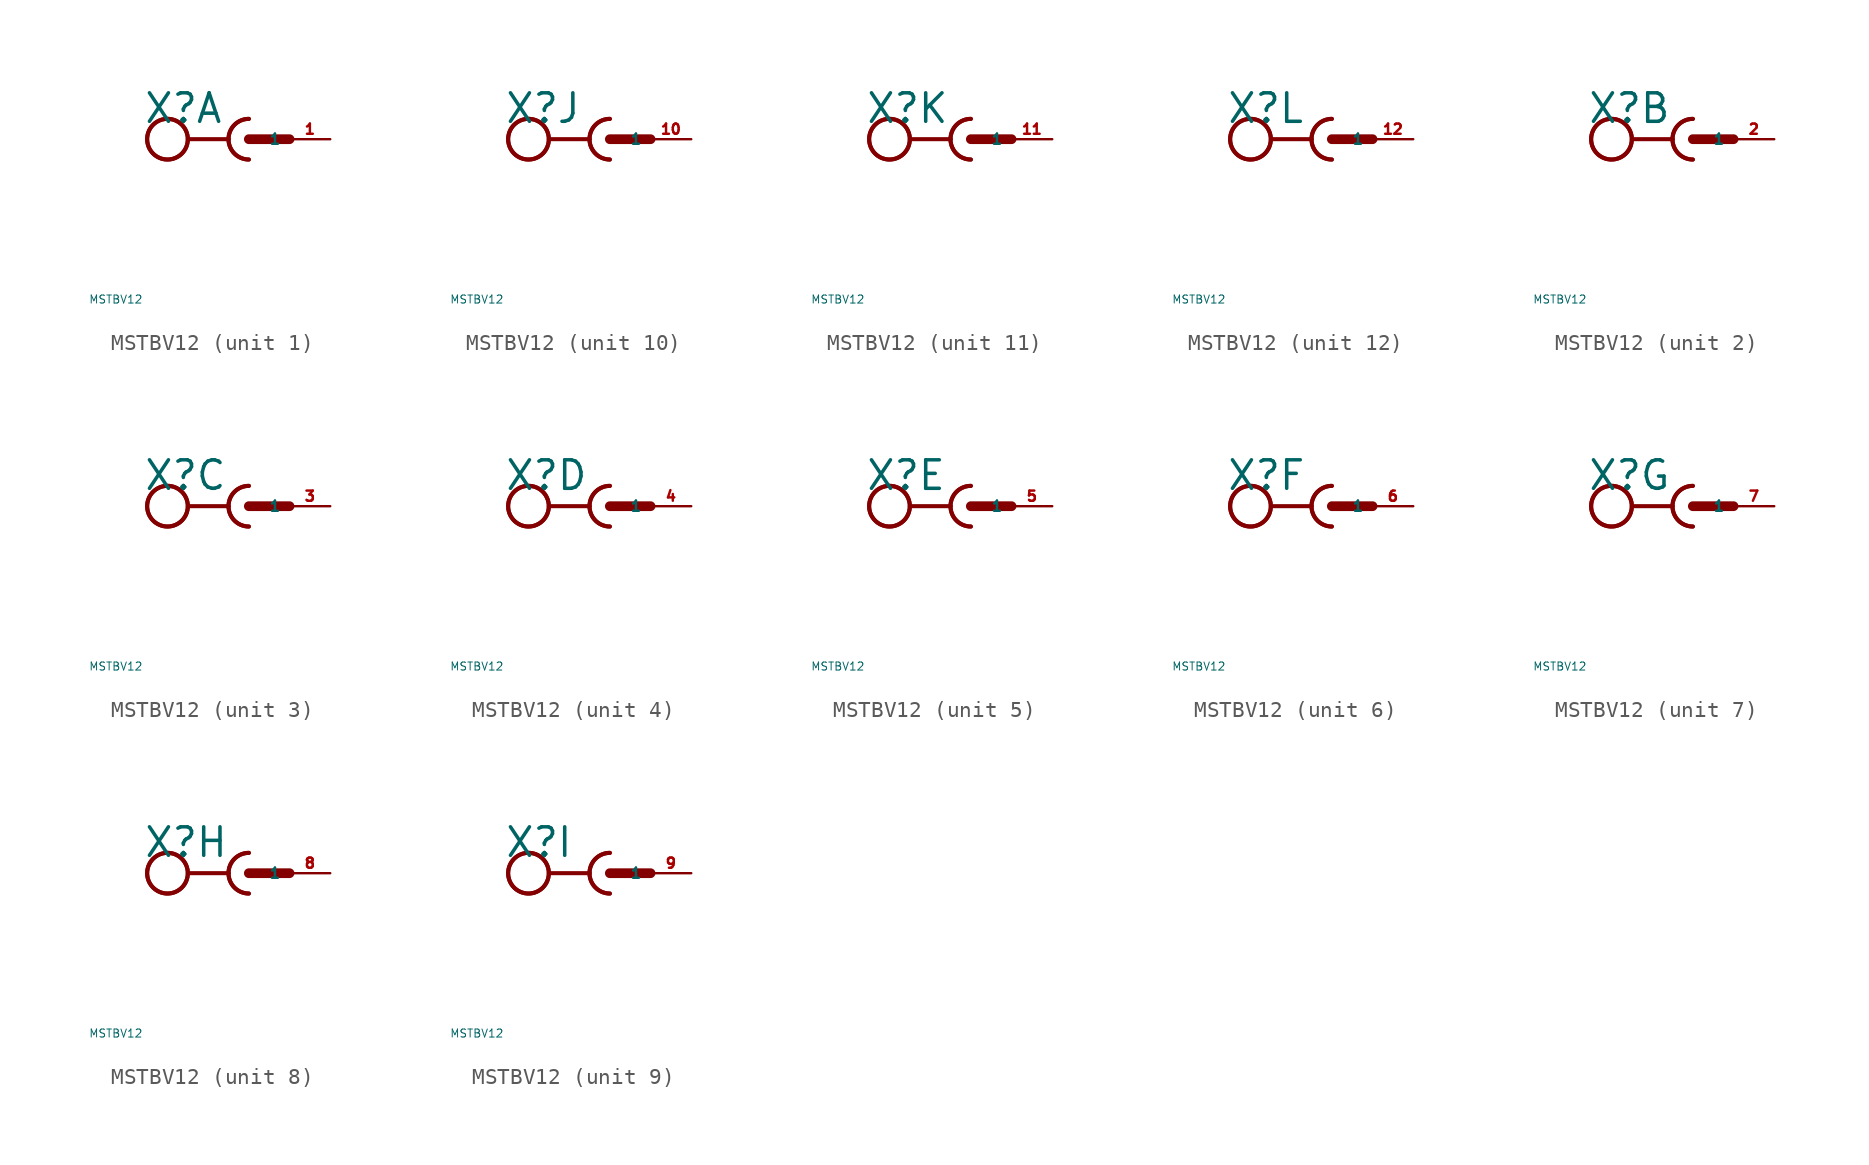
<source format=kicad_sym>
(kicad_symbol_lib
  (version 20220914)
  (generator Eagle2Kicad)
  (symbol "MSTBV12"
    (property "Reference" "X"
      (at -6.604 0.889 0)
      (effects (font (size 1.778 1.778) (thickness 0.22)) (justify left bottom)))
    (property "Value" "MSTBV12"
      (at -10 -10 0)
      (effects (font (size 0.5 0.5) (thickness 0.06)) (justify left)))
    (symbol "MSTBV12_1_0"
      (arc (start -1.27 0) (mid -0.898 -0.898) (end 0 -1.27) (stroke (width 0.254) (type default)) (fill (type none)))
      (arc (start 0 1.27) (mid -0.898 0.898) (end -1.27 0) (stroke (width 0.254) (type default)) (fill (type none)))
      (polyline (pts (xy -3.81 0) (xy -1.27 0)) (stroke (width 0.254) (type default)) (fill (type none)))
      (arc (start 0 1.27) (mid -1.270 0.000) (end 0 -1.27) (stroke (width 0.254) (type default)) (fill (type none)))
      (polyline (pts (xy 0 0) (xy 2.54 0)) (stroke (width 0.61) (type default)) (fill (type none)))
      (circle (center -5.08 0) (radius 1.27) (stroke (width 0.254) (type default)) (fill (type none)))
      (circle (center -5.08 0) (radius 1.27) (stroke (width 0.254) (type default)) (fill (type none)))
      (pin passive line (at 5.08 0 180) (length 2.54) (name "1" (effects (font (size 0.635 0.635) (thickness 0.08)) (justify left bottom))) (number "1" (effects (font (size 0.635 0.635) (thickness 0.08)) (justify left bottom)))))
    (symbol "MSTBV12_2_0"
      (arc (start -1.27 0) (mid -0.898 -0.898) (end 0 -1.27) (stroke (width 0.254) (type default)) (fill (type none)))
      (arc (start 0 1.27) (mid -0.898 0.898) (end -1.27 0) (stroke (width 0.254) (type default)) (fill (type none)))
      (polyline (pts (xy -3.81 0) (xy -1.27 0)) (stroke (width 0.254) (type default)) (fill (type none)))
      (arc (start 0 1.27) (mid -1.270 0.000) (end 0 -1.27) (stroke (width 0.254) (type default)) (fill (type none)))
      (polyline (pts (xy 0 0) (xy 2.54 0)) (stroke (width 0.61) (type default)) (fill (type none)))
      (circle (center -5.08 0) (radius 1.27) (stroke (width 0.254) (type default)) (fill (type none)))
      (circle (center -5.08 0) (radius 1.27) (stroke (width 0.254) (type default)) (fill (type none)))
      (pin passive line (at 5.08 0 180) (length 2.54) (name "1" (effects (font (size 0.635 0.635) (thickness 0.08)) (justify left bottom))) (number "2" (effects (font (size 0.635 0.635) (thickness 0.08)) (justify left bottom)))))
    (symbol "MSTBV12_3_0"
      (arc (start -1.27 0) (mid -0.898 -0.898) (end 0 -1.27) (stroke (width 0.254) (type default)) (fill (type none)))
      (arc (start 0 1.27) (mid -0.898 0.898) (end -1.27 0) (stroke (width 0.254) (type default)) (fill (type none)))
      (polyline (pts (xy -3.81 0) (xy -1.27 0)) (stroke (width 0.254) (type default)) (fill (type none)))
      (arc (start 0 1.27) (mid -1.270 0.000) (end 0 -1.27) (stroke (width 0.254) (type default)) (fill (type none)))
      (polyline (pts (xy 0 0) (xy 2.54 0)) (stroke (width 0.61) (type default)) (fill (type none)))
      (circle (center -5.08 0) (radius 1.27) (stroke (width 0.254) (type default)) (fill (type none)))
      (circle (center -5.08 0) (radius 1.27) (stroke (width 0.254) (type default)) (fill (type none)))
      (pin passive line (at 5.08 0 180) (length 2.54) (name "1" (effects (font (size 0.635 0.635) (thickness 0.08)) (justify left bottom))) (number "3" (effects (font (size 0.635 0.635) (thickness 0.08)) (justify left bottom)))))
    (symbol "MSTBV12_4_0"
      (arc (start -1.27 0) (mid -0.898 -0.898) (end 0 -1.27) (stroke (width 0.254) (type default)) (fill (type none)))
      (arc (start 0 1.27) (mid -0.898 0.898) (end -1.27 0) (stroke (width 0.254) (type default)) (fill (type none)))
      (polyline (pts (xy -3.81 0) (xy -1.27 0)) (stroke (width 0.254) (type default)) (fill (type none)))
      (arc (start 0 1.27) (mid -1.270 0.000) (end 0 -1.27) (stroke (width 0.254) (type default)) (fill (type none)))
      (polyline (pts (xy 0 0) (xy 2.54 0)) (stroke (width 0.61) (type default)) (fill (type none)))
      (circle (center -5.08 0) (radius 1.27) (stroke (width 0.254) (type default)) (fill (type none)))
      (circle (center -5.08 0) (radius 1.27) (stroke (width 0.254) (type default)) (fill (type none)))
      (pin passive line (at 5.08 0 180) (length 2.54) (name "1" (effects (font (size 0.635 0.635) (thickness 0.08)) (justify left bottom))) (number "4" (effects (font (size 0.635 0.635) (thickness 0.08)) (justify left bottom)))))
    (symbol "MSTBV12_5_0"
      (arc (start -1.27 0) (mid -0.898 -0.898) (end 0 -1.27) (stroke (width 0.254) (type default)) (fill (type none)))
      (arc (start 0 1.27) (mid -0.898 0.898) (end -1.27 0) (stroke (width 0.254) (type default)) (fill (type none)))
      (polyline (pts (xy -3.81 0) (xy -1.27 0)) (stroke (width 0.254) (type default)) (fill (type none)))
      (arc (start 0 1.27) (mid -1.270 0.000) (end 0 -1.27) (stroke (width 0.254) (type default)) (fill (type none)))
      (polyline (pts (xy 0 0) (xy 2.54 0)) (stroke (width 0.61) (type default)) (fill (type none)))
      (circle (center -5.08 0) (radius 1.27) (stroke (width 0.254) (type default)) (fill (type none)))
      (circle (center -5.08 0) (radius 1.27) (stroke (width 0.254) (type default)) (fill (type none)))
      (pin passive line (at 5.08 0 180) (length 2.54) (name "1" (effects (font (size 0.635 0.635) (thickness 0.08)) (justify left bottom))) (number "5" (effects (font (size 0.635 0.635) (thickness 0.08)) (justify left bottom)))))
    (symbol "MSTBV12_6_0"
      (arc (start -1.27 0) (mid -0.898 -0.898) (end 0 -1.27) (stroke (width 0.254) (type default)) (fill (type none)))
      (arc (start 0 1.27) (mid -0.898 0.898) (end -1.27 0) (stroke (width 0.254) (type default)) (fill (type none)))
      (polyline (pts (xy -3.81 0) (xy -1.27 0)) (stroke (width 0.254) (type default)) (fill (type none)))
      (arc (start 0 1.27) (mid -1.270 0.000) (end 0 -1.27) (stroke (width 0.254) (type default)) (fill (type none)))
      (polyline (pts (xy 0 0) (xy 2.54 0)) (stroke (width 0.61) (type default)) (fill (type none)))
      (circle (center -5.08 0) (radius 1.27) (stroke (width 0.254) (type default)) (fill (type none)))
      (circle (center -5.08 0) (radius 1.27) (stroke (width 0.254) (type default)) (fill (type none)))
      (pin passive line (at 5.08 0 180) (length 2.54) (name "1" (effects (font (size 0.635 0.635) (thickness 0.08)) (justify left bottom))) (number "6" (effects (font (size 0.635 0.635) (thickness 0.08)) (justify left bottom)))))
    (symbol "MSTBV12_7_0"
      (arc (start -1.27 0) (mid -0.898 -0.898) (end 0 -1.27) (stroke (width 0.254) (type default)) (fill (type none)))
      (arc (start 0 1.27) (mid -0.898 0.898) (end -1.27 0) (stroke (width 0.254) (type default)) (fill (type none)))
      (polyline (pts (xy -3.81 0) (xy -1.27 0)) (stroke (width 0.254) (type default)) (fill (type none)))
      (arc (start 0 1.27) (mid -1.270 0.000) (end 0 -1.27) (stroke (width 0.254) (type default)) (fill (type none)))
      (polyline (pts (xy 0 0) (xy 2.54 0)) (stroke (width 0.61) (type default)) (fill (type none)))
      (circle (center -5.08 0) (radius 1.27) (stroke (width 0.254) (type default)) (fill (type none)))
      (circle (center -5.08 0) (radius 1.27) (stroke (width 0.254) (type default)) (fill (type none)))
      (pin passive line (at 5.08 0 180) (length 2.54) (name "1" (effects (font (size 0.635 0.635) (thickness 0.08)) (justify left bottom))) (number "7" (effects (font (size 0.635 0.635) (thickness 0.08)) (justify left bottom)))))
    (symbol "MSTBV12_8_0"
      (arc (start -1.27 0) (mid -0.898 -0.898) (end 0 -1.27) (stroke (width 0.254) (type default)) (fill (type none)))
      (arc (start 0 1.27) (mid -0.898 0.898) (end -1.27 0) (stroke (width 0.254) (type default)) (fill (type none)))
      (polyline (pts (xy -3.81 0) (xy -1.27 0)) (stroke (width 0.254) (type default)) (fill (type none)))
      (arc (start 0 1.27) (mid -1.270 0.000) (end 0 -1.27) (stroke (width 0.254) (type default)) (fill (type none)))
      (polyline (pts (xy 0 0) (xy 2.54 0)) (stroke (width 0.61) (type default)) (fill (type none)))
      (circle (center -5.08 0) (radius 1.27) (stroke (width 0.254) (type default)) (fill (type none)))
      (circle (center -5.08 0) (radius 1.27) (stroke (width 0.254) (type default)) (fill (type none)))
      (pin passive line (at 5.08 0 180) (length 2.54) (name "1" (effects (font (size 0.635 0.635) (thickness 0.08)) (justify left bottom))) (number "8" (effects (font (size 0.635 0.635) (thickness 0.08)) (justify left bottom)))))
    (symbol "MSTBV12_9_0"
      (arc (start -1.27 0) (mid -0.898 -0.898) (end 0 -1.27) (stroke (width 0.254) (type default)) (fill (type none)))
      (arc (start 0 1.27) (mid -0.898 0.898) (end -1.27 0) (stroke (width 0.254) (type default)) (fill (type none)))
      (polyline (pts (xy -3.81 0) (xy -1.27 0)) (stroke (width 0.254) (type default)) (fill (type none)))
      (arc (start 0 1.27) (mid -1.270 0.000) (end 0 -1.27) (stroke (width 0.254) (type default)) (fill (type none)))
      (polyline (pts (xy 0 0) (xy 2.54 0)) (stroke (width 0.61) (type default)) (fill (type none)))
      (circle (center -5.08 0) (radius 1.27) (stroke (width 0.254) (type default)) (fill (type none)))
      (circle (center -5.08 0) (radius 1.27) (stroke (width 0.254) (type default)) (fill (type none)))
      (pin passive line (at 5.08 0 180) (length 2.54) (name "1" (effects (font (size 0.635 0.635) (thickness 0.08)) (justify left bottom))) (number "9" (effects (font (size 0.635 0.635) (thickness 0.08)) (justify left bottom)))))
    (symbol "MSTBV12_10_0"
      (arc (start -1.27 0) (mid -0.898 -0.898) (end 0 -1.27) (stroke (width 0.254) (type default)) (fill (type none)))
      (arc (start 0 1.27) (mid -0.898 0.898) (end -1.27 0) (stroke (width 0.254) (type default)) (fill (type none)))
      (polyline (pts (xy -3.81 0) (xy -1.27 0)) (stroke (width 0.254) (type default)) (fill (type none)))
      (arc (start 0 1.27) (mid -1.270 0.000) (end 0 -1.27) (stroke (width 0.254) (type default)) (fill (type none)))
      (polyline (pts (xy 0 0) (xy 2.54 0)) (stroke (width 0.61) (type default)) (fill (type none)))
      (circle (center -5.08 0) (radius 1.27) (stroke (width 0.254) (type default)) (fill (type none)))
      (circle (center -5.08 0) (radius 1.27) (stroke (width 0.254) (type default)) (fill (type none)))
      (pin passive line (at 5.08 0 180) (length 2.54) (name "1" (effects (font (size 0.635 0.635) (thickness 0.08)) (justify left bottom))) (number "10" (effects (font (size 0.635 0.635) (thickness 0.08)) (justify left bottom)))))
    (symbol "MSTBV12_11_0"
      (arc (start -1.27 0) (mid -0.898 -0.898) (end 0 -1.27) (stroke (width 0.254) (type default)) (fill (type none)))
      (arc (start 0 1.27) (mid -0.898 0.898) (end -1.27 0) (stroke (width 0.254) (type default)) (fill (type none)))
      (polyline (pts (xy -3.81 0) (xy -1.27 0)) (stroke (width 0.254) (type default)) (fill (type none)))
      (arc (start 0 1.27) (mid -1.270 0.000) (end 0 -1.27) (stroke (width 0.254) (type default)) (fill (type none)))
      (polyline (pts (xy 0 0) (xy 2.54 0)) (stroke (width 0.61) (type default)) (fill (type none)))
      (circle (center -5.08 0) (radius 1.27) (stroke (width 0.254) (type default)) (fill (type none)))
      (circle (center -5.08 0) (radius 1.27) (stroke (width 0.254) (type default)) (fill (type none)))
      (pin passive line (at 5.08 0 180) (length 2.54) (name "1" (effects (font (size 0.635 0.635) (thickness 0.08)) (justify left bottom))) (number "11" (effects (font (size 0.635 0.635) (thickness 0.08)) (justify left bottom)))))
    (symbol "MSTBV12_12_0"
      (arc (start -1.27 0) (mid -0.898 -0.898) (end 0 -1.27) (stroke (width 0.254) (type default)) (fill (type none)))
      (arc (start 0 1.27) (mid -0.898 0.898) (end -1.27 0) (stroke (width 0.254) (type default)) (fill (type none)))
      (polyline (pts (xy -3.81 0) (xy -1.27 0)) (stroke (width 0.254) (type default)) (fill (type none)))
      (arc (start 0 1.27) (mid -1.270 0.000) (end 0 -1.27) (stroke (width 0.254) (type default)) (fill (type none)))
      (polyline (pts (xy 0 0) (xy 2.54 0)) (stroke (width 0.61) (type default)) (fill (type none)))
      (circle (center -5.08 0) (radius 1.27) (stroke (width 0.254) (type default)) (fill (type none)))
      (circle (center -5.08 0) (radius 1.27) (stroke (width 0.254) (type default)) (fill (type none)))
      (pin passive line (at 5.08 0 180) (length 2.54) (name "1" (effects (font (size 0.635 0.635) (thickness 0.08)) (justify left bottom))) (number "12" (effects (font (size 0.635 0.635) (thickness 0.08)) (justify left bottom)))))))
</source>
